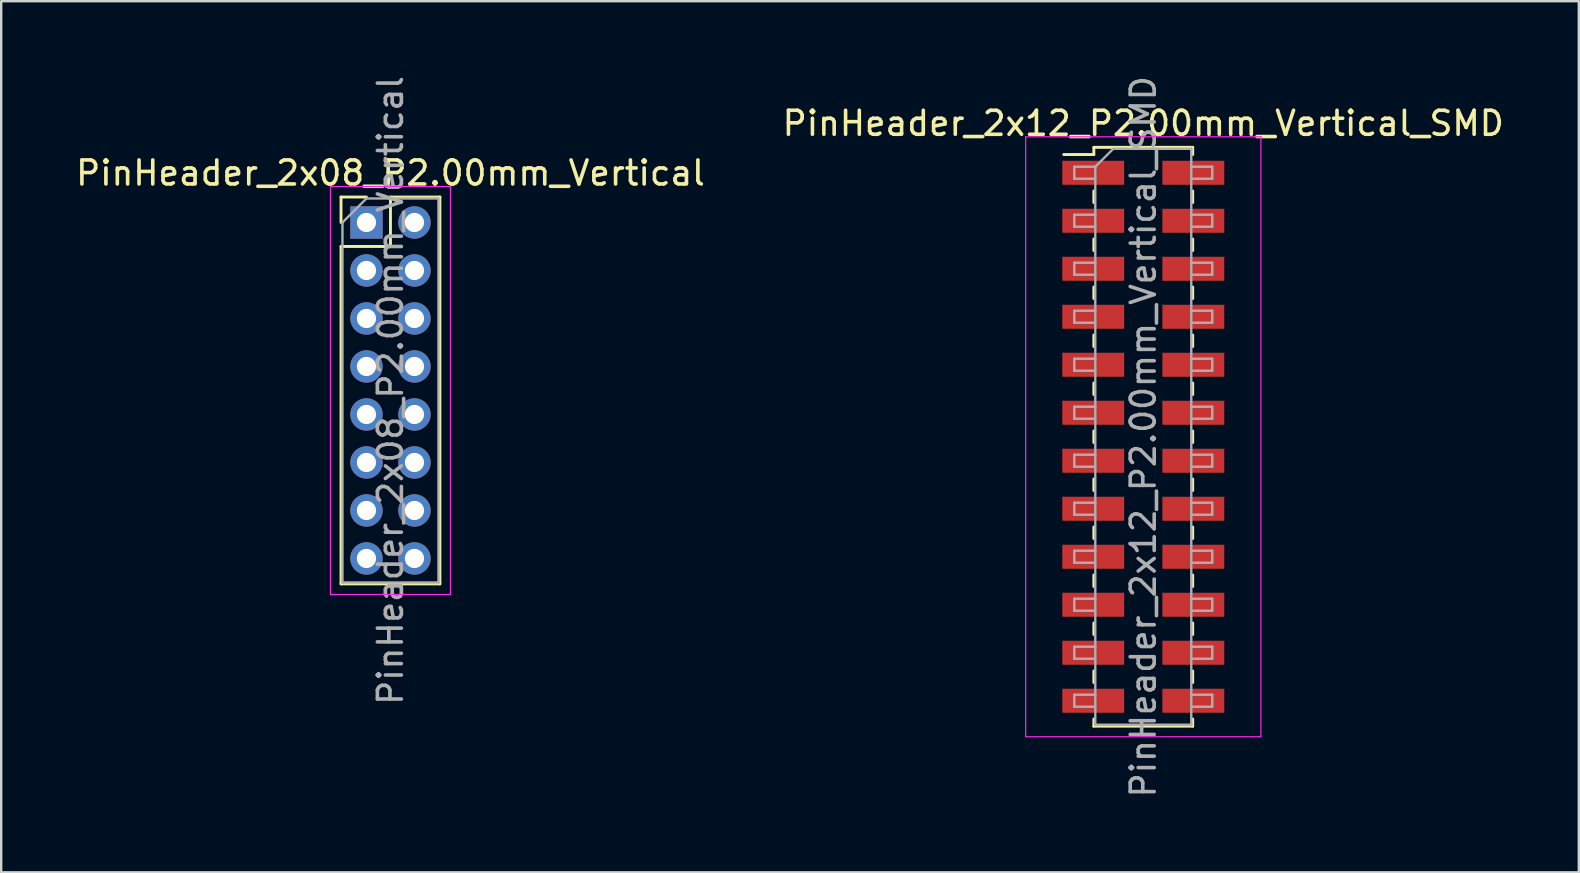
<source format=kicad_pcb>
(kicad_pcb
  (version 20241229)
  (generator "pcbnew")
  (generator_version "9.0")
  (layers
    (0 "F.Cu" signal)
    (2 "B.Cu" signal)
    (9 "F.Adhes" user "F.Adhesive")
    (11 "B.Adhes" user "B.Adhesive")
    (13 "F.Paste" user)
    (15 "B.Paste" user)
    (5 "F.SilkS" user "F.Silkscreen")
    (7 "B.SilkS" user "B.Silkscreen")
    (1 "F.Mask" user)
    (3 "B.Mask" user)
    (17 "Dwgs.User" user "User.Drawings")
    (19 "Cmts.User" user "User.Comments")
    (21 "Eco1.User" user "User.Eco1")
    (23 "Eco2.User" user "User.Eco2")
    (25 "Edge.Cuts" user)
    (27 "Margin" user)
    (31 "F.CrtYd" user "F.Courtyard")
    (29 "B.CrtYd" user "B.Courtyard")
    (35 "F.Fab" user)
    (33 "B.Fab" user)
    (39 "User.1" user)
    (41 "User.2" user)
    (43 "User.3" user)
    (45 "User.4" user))
  (footprint "PinHeader_2x12_P2.00mm_Vertical_SMD"
    (layer "F.Cu")
    (at 44.589 15.149)
    (property "Reference" "PinHeader_2x12_P2.00mm_Vertical_SMD" (at 0 -13.06 0) (layer "F.SilkS") (effects (font (size 1 1) (thickness 0.15))))
    (attr smd)
    (fp_line (start -3.315 -11.76) (end -2.06 -11.76) (stroke (width 0.12) (type solid)) (layer "F.SilkS"))
    (fp_line (start -2.06 -12.06) (end -2.06 -11.76) (stroke (width 0.12) (type solid)) (layer "F.SilkS"))
    (fp_line (start -2.06 -12.06) (end 2.06 -12.06) (stroke (width 0.12) (type solid)) (layer "F.SilkS"))
    (fp_line (start -2.06 -10.24) (end -2.06 -9.76) (stroke (width 0.12) (type solid)) (layer "F.SilkS"))
    (fp_line (start -2.06 -8.24) (end -2.06 -7.76) (stroke (width 0.12) (type solid)) (layer "F.SilkS"))
    (fp_line (start -2.06 -6.24) (end -2.06 -5.76) (stroke (width 0.12) (type solid)) (layer "F.SilkS"))
    (fp_line (start -2.06 -4.24) (end -2.06 -3.76) (stroke (width 0.12) (type solid)) (layer "F.SilkS"))
    (fp_line (start -2.06 -2.24) (end -2.06 -1.76) (stroke (width 0.12) (type solid)) (layer "F.SilkS"))
    (fp_line (start -2.06 -0.24) (end -2.06 0.24) (stroke (width 0.12) (type solid)) (layer "F.SilkS"))
    (fp_line (start -2.06 1.76) (end -2.06 2.24) (stroke (width 0.12) (type solid)) (layer "F.SilkS"))
    (fp_line (start -2.06 3.76) (end -2.06 4.24) (stroke (width 0.12) (type solid)) (layer "F.SilkS"))
    (fp_line (start -2.06 5.76) (end -2.06 6.24) (stroke (width 0.12) (type solid)) (layer "F.SilkS"))
    (fp_line (start -2.06 7.76) (end -2.06 8.24) (stroke (width 0.12) (type solid)) (layer "F.SilkS"))
    (fp_line (start -2.06 9.76) (end -2.06 10.24) (stroke (width 0.12) (type solid)) (layer "F.SilkS"))
    (fp_line (start -2.06 11.76) (end -2.06 12.06) (stroke (width 0.12) (type solid)) (layer "F.SilkS"))
    (fp_line (start -2.06 12.06) (end 2.06 12.06) (stroke (width 0.12) (type solid)) (layer "F.SilkS"))
    (fp_line (start 2.06 -12.06) (end 2.06 -11.76) (stroke (width 0.12) (type solid)) (layer "F.SilkS"))
    (fp_line (start 2.06 -10.24) (end 2.06 -9.76) (stroke (width 0.12) (type solid)) (layer "F.SilkS"))
    (fp_line (start 2.06 -8.24) (end 2.06 -7.76) (stroke (width 0.12) (type solid)) (layer "F.SilkS"))
    (fp_line (start 2.06 -6.24) (end 2.06 -5.76) (stroke (width 0.12) (type solid)) (layer "F.SilkS"))
    (fp_line (start 2.06 -4.24) (end 2.06 -3.76) (stroke (width 0.12) (type solid)) (layer "F.SilkS"))
    (fp_line (start 2.06 -2.24) (end 2.06 -1.76) (stroke (width 0.12) (type solid)) (layer "F.SilkS"))
    (fp_line (start 2.06 -0.24) (end 2.06 0.24) (stroke (width 0.12) (type solid)) (layer "F.SilkS"))
    (fp_line (start 2.06 1.76) (end 2.06 2.24) (stroke (width 0.12) (type solid)) (layer "F.SilkS"))
    (fp_line (start 2.06 3.76) (end 2.06 4.24) (stroke (width 0.12) (type solid)) (layer "F.SilkS"))
    (fp_line (start 2.06 5.76) (end 2.06 6.24) (stroke (width 0.12) (type solid)) (layer "F.SilkS"))
    (fp_line (start 2.06 7.76) (end 2.06 8.24) (stroke (width 0.12) (type solid)) (layer "F.SilkS"))
    (fp_line (start 2.06 9.76) (end 2.06 10.24) (stroke (width 0.12) (type solid)) (layer "F.SilkS"))
    (fp_line (start 2.06 11.76) (end 2.06 12.06) (stroke (width 0.12) (type solid)) (layer "F.SilkS"))
    (fp_line (start -4.9 -12.5) (end -4.9 12.5) (stroke (width 0.05) (type solid)) (layer "F.CrtYd"))
    (fp_line (start -4.9 12.5) (end 4.9 12.5) (stroke (width 0.05) (type solid)) (layer "F.CrtYd"))
    (fp_line (start 4.9 -12.5) (end -4.9 -12.5) (stroke (width 0.05) (type solid)) (layer "F.CrtYd"))
    (fp_line (start 4.9 12.5) (end 4.9 -12.5) (stroke (width 0.05) (type solid)) (layer "F.CrtYd"))
    (fp_line (start -2.875 -11.25) (end -2.875 -10.75) (stroke (width 0.1) (type solid)) (layer "F.Fab"))
    (fp_line (start -2.875 -10.75) (end -2 -10.75) (stroke (width 0.1) (type solid)) (layer "F.Fab"))
    (fp_line (start -2.875 -9.25) (end -2.875 -8.75) (stroke (width 0.1) (type solid)) (layer "F.Fab"))
    (fp_line (start -2.875 -8.75) (end -2 -8.75) (stroke (width 0.1) (type solid)) (layer "F.Fab"))
    (fp_line (start -2.875 -7.25) (end -2.875 -6.75) (stroke (width 0.1) (type solid)) (layer "F.Fab"))
    (fp_line (start -2.875 -6.75) (end -2 -6.75) (stroke (width 0.1) (type solid)) (layer "F.Fab"))
    (fp_line (start -2.875 -5.25) (end -2.875 -4.75) (stroke (width 0.1) (type solid)) (layer "F.Fab"))
    (fp_line (start -2.875 -4.75) (end -2 -4.75) (stroke (width 0.1) (type solid)) (layer "F.Fab"))
    (fp_line (start -2.875 -3.25) (end -2.875 -2.75) (stroke (width 0.1) (type solid)) (layer "F.Fab"))
    (fp_line (start -2.875 -2.75) (end -2 -2.75) (stroke (width 0.1) (type solid)) (layer "F.Fab"))
    (fp_line (start -2.875 -1.25) (end -2.875 -0.75) (stroke (width 0.1) (type solid)) (layer "F.Fab"))
    (fp_line (start -2.875 -0.75) (end -2 -0.75) (stroke (width 0.1) (type solid)) (layer "F.Fab"))
    (fp_line (start -2.875 0.75) (end -2.875 1.25) (stroke (width 0.1) (type solid)) (layer "F.Fab"))
    (fp_line (start -2.875 1.25) (end -2 1.25) (stroke (width 0.1) (type solid)) (layer "F.Fab"))
    (fp_line (start -2.875 2.75) (end -2.875 3.25) (stroke (width 0.1) (type solid)) (layer "F.Fab"))
    (fp_line (start -2.875 3.25) (end -2 3.25) (stroke (width 0.1) (type solid)) (layer "F.Fab"))
    (fp_line (start -2.875 4.75) (end -2.875 5.25) (stroke (width 0.1) (type solid)) (layer "F.Fab"))
    (fp_line (start -2.875 5.25) (end -2 5.25) (stroke (width 0.1) (type solid)) (layer "F.Fab"))
    (fp_line (start -2.875 6.75) (end -2.875 7.25) (stroke (width 0.1) (type solid)) (layer "F.Fab"))
    (fp_line (start -2.875 7.25) (end -2 7.25) (stroke (width 0.1) (type solid)) (layer "F.Fab"))
    (fp_line (start -2.875 8.75) (end -2.875 9.25) (stroke (width 0.1) (type solid)) (layer "F.Fab"))
    (fp_line (start -2.875 9.25) (end -2 9.25) (stroke (width 0.1) (type solid)) (layer "F.Fab"))
    (fp_line (start -2.875 10.75) (end -2.875 11.25) (stroke (width 0.1) (type solid)) (layer "F.Fab"))
    (fp_line (start -2.875 11.25) (end -2 11.25) (stroke (width 0.1) (type solid)) (layer "F.Fab"))
    (fp_line (start -2 -11.25) (end -2.875 -11.25) (stroke (width 0.1) (type solid)) (layer "F.Fab"))
    (fp_line (start -2 -11.25) (end -1.25 -12) (stroke (width 0.1) (type solid)) (layer "F.Fab"))
    (fp_line (start -2 -9.25) (end -2.875 -9.25) (stroke (width 0.1) (type solid)) (layer "F.Fab"))
    (fp_line (start -2 -7.25) (end -2.875 -7.25) (stroke (width 0.1) (type solid)) (layer "F.Fab"))
    (fp_line (start -2 -5.25) (end -2.875 -5.25) (stroke (width 0.1) (type solid)) (layer "F.Fab"))
    (fp_line (start -2 -3.25) (end -2.875 -3.25) (stroke (width 0.1) (type solid)) (layer "F.Fab"))
    (fp_line (start -2 -1.25) (end -2.875 -1.25) (stroke (width 0.1) (type solid)) (layer "F.Fab"))
    (fp_line (start -2 0.75) (end -2.875 0.75) (stroke (width 0.1) (type solid)) (layer "F.Fab"))
    (fp_line (start -2 2.75) (end -2.875 2.75) (stroke (width 0.1) (type solid)) (layer "F.Fab"))
    (fp_line (start -2 4.75) (end -2.875 4.75) (stroke (width 0.1) (type solid)) (layer "F.Fab"))
    (fp_line (start -2 6.75) (end -2.875 6.75) (stroke (width 0.1) (type solid)) (layer "F.Fab"))
    (fp_line (start -2 8.75) (end -2.875 8.75) (stroke (width 0.1) (type solid)) (layer "F.Fab"))
    (fp_line (start -2 10.75) (end -2.875 10.75) (stroke (width 0.1) (type solid)) (layer "F.Fab"))
    (fp_line (start -2 12) (end -2 -11.25) (stroke (width 0.1) (type solid)) (layer "F.Fab"))
    (fp_line (start -1.25 -12) (end 2 -12) (stroke (width 0.1) (type solid)) (layer "F.Fab"))
    (fp_line (start 2 -12) (end 2 12) (stroke (width 0.1) (type solid)) (layer "F.Fab"))
    (fp_line (start 2 -11.25) (end 2.875 -11.25) (stroke (width 0.1) (type solid)) (layer "F.Fab"))
    (fp_line (start 2 -9.25) (end 2.875 -9.25) (stroke (width 0.1) (type solid)) (layer "F.Fab"))
    (fp_line (start 2 -7.25) (end 2.875 -7.25) (stroke (width 0.1) (type solid)) (layer "F.Fab"))
    (fp_line (start 2 -5.25) (end 2.875 -5.25) (stroke (width 0.1) (type solid)) (layer "F.Fab"))
    (fp_line (start 2 -3.25) (end 2.875 -3.25) (stroke (width 0.1) (type solid)) (layer "F.Fab"))
    (fp_line (start 2 -1.25) (end 2.875 -1.25) (stroke (width 0.1) (type solid)) (layer "F.Fab"))
    (fp_line (start 2 0.75) (end 2.875 0.75) (stroke (width 0.1) (type solid)) (layer "F.Fab"))
    (fp_line (start 2 2.75) (end 2.875 2.75) (stroke (width 0.1) (type solid)) (layer "F.Fab"))
    (fp_line (start 2 4.75) (end 2.875 4.75) (stroke (width 0.1) (type solid)) (layer "F.Fab"))
    (fp_line (start 2 6.75) (end 2.875 6.75) (stroke (width 0.1) (type solid)) (layer "F.Fab"))
    (fp_line (start 2 8.75) (end 2.875 8.75) (stroke (width 0.1) (type solid)) (layer "F.Fab"))
    (fp_line (start 2 10.75) (end 2.875 10.75) (stroke (width 0.1) (type solid)) (layer "F.Fab"))
    (fp_line (start 2 12) (end -2 12) (stroke (width 0.1) (type solid)) (layer "F.Fab"))
    (fp_line (start 2.875 -11.25) (end 2.875 -10.75) (stroke (width 0.1) (type solid)) (layer "F.Fab"))
    (fp_line (start 2.875 -10.75) (end 2 -10.75) (stroke (width 0.1) (type solid)) (layer "F.Fab"))
    (fp_line (start 2.875 -9.25) (end 2.875 -8.75) (stroke (width 0.1) (type solid)) (layer "F.Fab"))
    (fp_line (start 2.875 -8.75) (end 2 -8.75) (stroke (width 0.1) (type solid)) (layer "F.Fab"))
    (fp_line (start 2.875 -7.25) (end 2.875 -6.75) (stroke (width 0.1) (type solid)) (layer "F.Fab"))
    (fp_line (start 2.875 -6.75) (end 2 -6.75) (stroke (width 0.1) (type solid)) (layer "F.Fab"))
    (fp_line (start 2.875 -5.25) (end 2.875 -4.75) (stroke (width 0.1) (type solid)) (layer "F.Fab"))
    (fp_line (start 2.875 -4.75) (end 2 -4.75) (stroke (width 0.1) (type solid)) (layer "F.Fab"))
    (fp_line (start 2.875 -3.25) (end 2.875 -2.75) (stroke (width 0.1) (type solid)) (layer "F.Fab"))
    (fp_line (start 2.875 -2.75) (end 2 -2.75) (stroke (width 0.1) (type solid)) (layer "F.Fab"))
    (fp_line (start 2.875 -1.25) (end 2.875 -0.75) (stroke (width 0.1) (type solid)) (layer "F.Fab"))
    (fp_line (start 2.875 -0.75) (end 2 -0.75) (stroke (width 0.1) (type solid)) (layer "F.Fab"))
    (fp_line (start 2.875 0.75) (end 2.875 1.25) (stroke (width 0.1) (type solid)) (layer "F.Fab"))
    (fp_line (start 2.875 1.25) (end 2 1.25) (stroke (width 0.1) (type solid)) (layer "F.Fab"))
    (fp_line (start 2.875 2.75) (end 2.875 3.25) (stroke (width 0.1) (type solid)) (layer "F.Fab"))
    (fp_line (start 2.875 3.25) (end 2 3.25) (stroke (width 0.1) (type solid)) (layer "F.Fab"))
    (fp_line (start 2.875 4.75) (end 2.875 5.25) (stroke (width 0.1) (type solid)) (layer "F.Fab"))
    (fp_line (start 2.875 5.25) (end 2 5.25) (stroke (width 0.1) (type solid)) (layer "F.Fab"))
    (fp_line (start 2.875 6.75) (end 2.875 7.25) (stroke (width 0.1) (type solid)) (layer "F.Fab"))
    (fp_line (start 2.875 7.25) (end 2 7.25) (stroke (width 0.1) (type solid)) (layer "F.Fab"))
    (fp_line (start 2.875 8.75) (end 2.875 9.25) (stroke (width 0.1) (type solid)) (layer "F.Fab"))
    (fp_line (start 2.875 9.25) (end 2 9.25) (stroke (width 0.1) (type solid)) (layer "F.Fab"))
    (fp_line (start 2.875 10.75) (end 2.875 11.25) (stroke (width 0.1) (type solid)) (layer "F.Fab"))
    (fp_line (start 2.875 11.25) (end 2 11.25) (stroke (width 0.1) (type solid)) (layer "F.Fab"))
    (fp_text user "${REFERENCE}" (at 0 0 90) (layer "F.Fab") (effects (font (size 1 1) (thickness 0.15))))
    (pad "1" smd rect (at -2.085 -11) (size 2.58 1) (layers "F.Cu" "F.Mask" "F.Paste"))
    (pad "2" smd rect (at 2.085 -11) (size 2.58 1) (layers "F.Cu" "F.Mask" "F.Paste"))
    (pad "3" smd rect (at -2.085 -9) (size 2.58 1) (layers "F.Cu" "F.Mask" "F.Paste"))
    (pad "4" smd rect (at 2.085 -9) (size 2.58 1) (layers "F.Cu" "F.Mask" "F.Paste"))
    (pad "5" smd rect (at -2.085 -7) (size 2.58 1) (layers "F.Cu" "F.Mask" "F.Paste"))
    (pad "6" smd rect (at 2.085 -7) (size 2.58 1) (layers "F.Cu" "F.Mask" "F.Paste"))
    (pad "7" smd rect (at -2.085 -5) (size 2.58 1) (layers "F.Cu" "F.Mask" "F.Paste"))
    (pad "8" smd rect (at 2.085 -5) (size 2.58 1) (layers "F.Cu" "F.Mask" "F.Paste"))
    (pad "9" smd rect (at -2.085 -3) (size 2.58 1) (layers "F.Cu" "F.Mask" "F.Paste"))
    (pad "10" smd rect (at 2.085 -3) (size 2.58 1) (layers "F.Cu" "F.Mask" "F.Paste"))
    (pad "11" smd rect (at -2.085 -1) (size 2.58 1) (layers "F.Cu" "F.Mask" "F.Paste"))
    (pad "12" smd rect (at 2.085 -1) (size 2.58 1) (layers "F.Cu" "F.Mask" "F.Paste"))
    (pad "13" smd rect (at -2.085 1) (size 2.58 1) (layers "F.Cu" "F.Mask" "F.Paste"))
    (pad "14" smd rect (at 2.085 1) (size 2.58 1) (layers "F.Cu" "F.Mask" "F.Paste"))
    (pad "15" smd rect (at -2.085 3) (size 2.58 1) (layers "F.Cu" "F.Mask" "F.Paste"))
    (pad "16" smd rect (at 2.085 3) (size 2.58 1) (layers "F.Cu" "F.Mask" "F.Paste"))
    (pad "17" smd rect (at -2.085 5) (size 2.58 1) (layers "F.Cu" "F.Mask" "F.Paste"))
    (pad "18" smd rect (at 2.085 5) (size 2.58 1) (layers "F.Cu" "F.Mask" "F.Paste"))
    (pad "19" smd rect (at -2.085 7) (size 2.58 1) (layers "F.Cu" "F.Mask" "F.Paste"))
    (pad "20" smd rect (at 2.085 7) (size 2.58 1) (layers "F.Cu" "F.Mask" "F.Paste"))
    (pad "21" smd rect (at -2.085 9) (size 2.58 1) (layers "F.Cu" "F.Mask" "F.Paste"))
    (pad "22" smd rect (at 2.085 9) (size 2.58 1) (layers "F.Cu" "F.Mask" "F.Paste"))
    (pad "23" smd rect (at -2.085 11) (size 2.58 1) (layers "F.Cu" "F.Mask" "F.Paste"))
    (pad "24" smd rect (at 2.085 11) (size 2.58 1) (layers "F.Cu" "F.Mask" "F.Paste")))
  (footprint "PinHeader_2x08_P2.00mm_Vertical"
    (layer "F.Cu")
    (at 12.22 6.22)
    (property "Reference" "PinHeader_2x08_P2.00mm_Vertical" (at 1 -2.06 0) (layer "F.SilkS") (effects (font (size 1 1) (thickness 0.15))))
    (attr through_hole)
    (fp_line (start -1.06 -1.06) (end 0 -1.06) (stroke (width 0.12) (type solid)) (layer "F.SilkS"))
    (fp_line (start -1.06 0) (end -1.06 -1.06) (stroke (width 0.12) (type solid)) (layer "F.SilkS"))
    (fp_line (start -1.06 1) (end -1.06 15.06) (stroke (width 0.12) (type solid)) (layer "F.SilkS"))
    (fp_line (start -1.06 1) (end 1 1) (stroke (width 0.12) (type solid)) (layer "F.SilkS"))
    (fp_line (start -1.06 15.06) (end 3.06 15.06) (stroke (width 0.12) (type solid)) (layer "F.SilkS"))
    (fp_line (start 1 -1.06) (end 3.06 -1.06) (stroke (width 0.12) (type solid)) (layer "F.SilkS"))
    (fp_line (start 1 1) (end 1 -1.06) (stroke (width 0.12) (type solid)) (layer "F.SilkS"))
    (fp_line (start 3.06 -1.06) (end 3.06 15.06) (stroke (width 0.12) (type solid)) (layer "F.SilkS"))
    (fp_line (start -1.5 -1.5) (end -1.5 15.5) (stroke (width 0.05) (type solid)) (layer "F.CrtYd"))
    (fp_line (start -1.5 15.5) (end 3.5 15.5) (stroke (width 0.05) (type solid)) (layer "F.CrtYd"))
    (fp_line (start 3.5 -1.5) (end -1.5 -1.5) (stroke (width 0.05) (type solid)) (layer "F.CrtYd"))
    (fp_line (start 3.5 15.5) (end 3.5 -1.5) (stroke (width 0.05) (type solid)) (layer "F.CrtYd"))
    (fp_line (start -1 0) (end 0 -1) (stroke (width 0.1) (type solid)) (layer "F.Fab"))
    (fp_line (start -1 15) (end -1 0) (stroke (width 0.1) (type solid)) (layer "F.Fab"))
    (fp_line (start 0 -1) (end 3 -1) (stroke (width 0.1) (type solid)) (layer "F.Fab"))
    (fp_line (start 3 -1) (end 3 15) (stroke (width 0.1) (type solid)) (layer "F.Fab"))
    (fp_line (start 3 15) (end -1 15) (stroke (width 0.1) (type solid)) (layer "F.Fab"))
    (fp_text user "${REFERENCE}" (at 1 7 90) (layer "F.Fab") (effects (font (size 1 1) (thickness 0.15))))
    (pad "1" thru_hole rect (at 0 0) (size 1.35 1.35) (drill 0.8) (layers "*.Cu" "*.Mask"))
    (pad "2" thru_hole oval (at 2 0) (size 1.35 1.35) (drill 0.8) (layers "*.Cu" "*.Mask"))
    (pad "3" thru_hole oval (at 0 2) (size 1.35 1.35) (drill 0.8) (layers "*.Cu" "*.Mask"))
    (pad "4" thru_hole oval (at 2 2) (size 1.35 1.35) (drill 0.8) (layers "*.Cu" "*.Mask"))
    (pad "5" thru_hole oval (at 0 4) (size 1.35 1.35) (drill 0.8) (layers "*.Cu" "*.Mask"))
    (pad "6" thru_hole oval (at 2 4) (size 1.35 1.35) (drill 0.8) (layers "*.Cu" "*.Mask"))
    (pad "7" thru_hole oval (at 0 6) (size 1.35 1.35) (drill 0.8) (layers "*.Cu" "*.Mask"))
    (pad "8" thru_hole oval (at 2 6) (size 1.35 1.35) (drill 0.8) (layers "*.Cu" "*.Mask"))
    (pad "9" thru_hole oval (at 0 8) (size 1.35 1.35) (drill 0.8) (layers "*.Cu" "*.Mask"))
    (pad "10" thru_hole oval (at 2 8) (size 1.35 1.35) (drill 0.8) (layers "*.Cu" "*.Mask"))
    (pad "11" thru_hole oval (at 0 10) (size 1.35 1.35) (drill 0.8) (layers "*.Cu" "*.Mask"))
    (pad "12" thru_hole oval (at 2 10) (size 1.35 1.35) (drill 0.8) (layers "*.Cu" "*.Mask"))
    (pad "13" thru_hole oval (at 0 12) (size 1.35 1.35) (drill 0.8) (layers "*.Cu" "*.Mask"))
    (pad "14" thru_hole oval (at 2 12) (size 1.35 1.35) (drill 0.8) (layers "*.Cu" "*.Mask"))
    (pad "15" thru_hole oval (at 0 14) (size 1.35 1.35) (drill 0.8) (layers "*.Cu" "*.Mask"))
    (pad "16" thru_hole oval (at 2 14) (size 1.35 1.35) (drill 0.8) (layers "*.Cu" "*.Mask")))
  (gr_rect
    (start -3 -3)
    (end 62.738 33.298)
    (stroke (width 0.1) (type default))
    (fill no)
    (layer "Edge.Cuts")))
</source>
